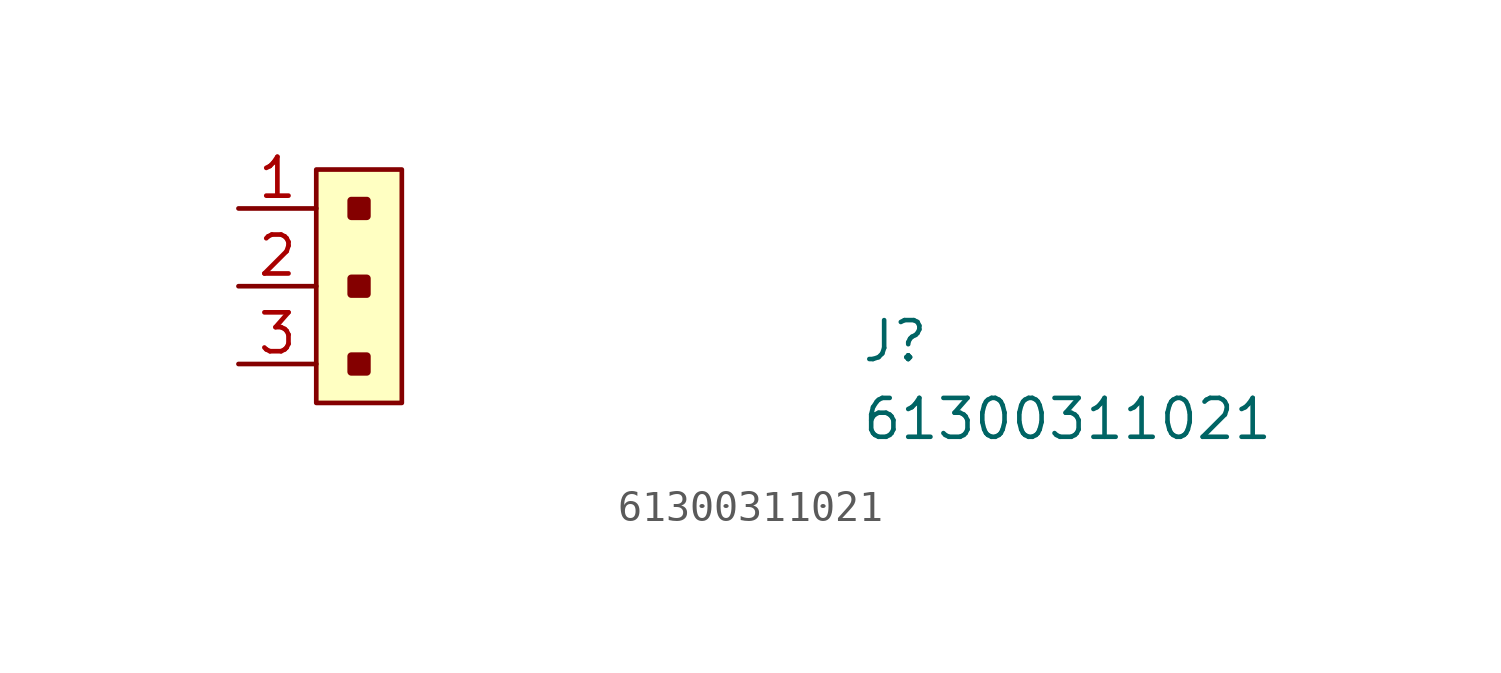
<source format=kicad_sym>
(kicad_symbol_lib
  (version 20211014)
  (generator kicad_symbol_editor)
  (symbol "61300311021"
    (property "Reference" "J"
      (at 20.32 -5.08 0)
      (effects (font (size 1.27 1.27) (thickness 0.15)) (justify left bottom)))
    (property "Value" "61300311021"
      (at 20.32 -7.62 0)
      (effects (font (size 1.27 1.27) (thickness 0.15)) (justify left bottom)))
    (symbol "61300311021_1_1"
      (rectangle (start 2.54 1.27) (end 5.334 -6.35) (stroke (width 0) (type default) (color 0 0 0 0)) (fill (type background)))
      (rectangle (start 4.191 -5.334) (end 3.683 -4.826) (stroke (width 0.254) (type default) (color 0 0 0 0)) (fill (type outline)))
      (rectangle (start 4.191 -2.794) (end 3.683 -2.286) (stroke (width 0.254) (type default) (color 0 0 0 0)) (fill (type outline)))
      (rectangle (start 4.191 -0.254) (end 3.683 0.254) (stroke (width 0.254) (type default) (color 0 0 0 0)) (fill (type outline)))
      (pin passive line (at 0 0 0) (length 2.54) (name "~" (effects (font (size 1.27 1.27)))) (number "1" (effects (font (size 1.27 1.27)))))
      (pin passive line (at 0 -2.54 0) (length 2.54) (name "~" (effects (font (size 1.27 1.27)))) (number "2" (effects (font (size 1.27 1.27)))))
      (pin passive line (at 0 -5.08 0) (length 2.54) (name "~" (effects (font (size 1.27 1.27)))) (number "3" (effects (font (size 1.27 1.27))))))))
</source>
